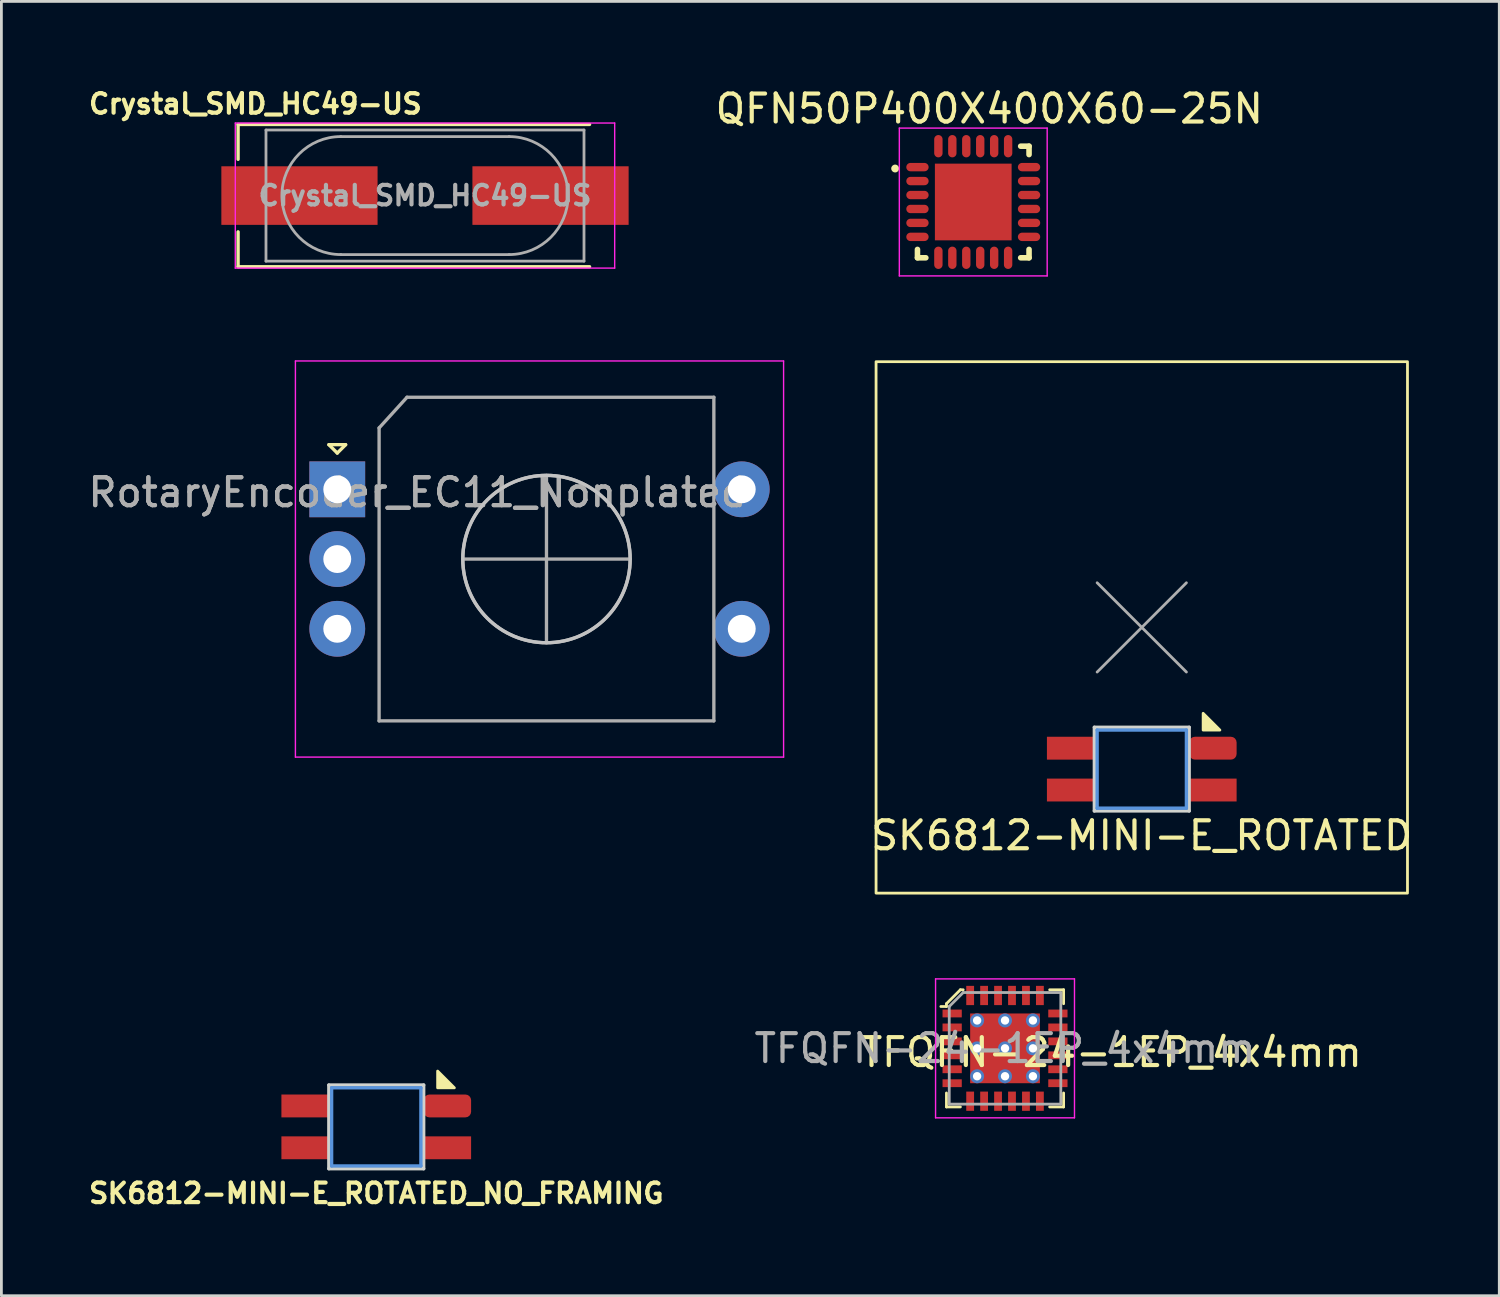
<source format=kicad_pcb>
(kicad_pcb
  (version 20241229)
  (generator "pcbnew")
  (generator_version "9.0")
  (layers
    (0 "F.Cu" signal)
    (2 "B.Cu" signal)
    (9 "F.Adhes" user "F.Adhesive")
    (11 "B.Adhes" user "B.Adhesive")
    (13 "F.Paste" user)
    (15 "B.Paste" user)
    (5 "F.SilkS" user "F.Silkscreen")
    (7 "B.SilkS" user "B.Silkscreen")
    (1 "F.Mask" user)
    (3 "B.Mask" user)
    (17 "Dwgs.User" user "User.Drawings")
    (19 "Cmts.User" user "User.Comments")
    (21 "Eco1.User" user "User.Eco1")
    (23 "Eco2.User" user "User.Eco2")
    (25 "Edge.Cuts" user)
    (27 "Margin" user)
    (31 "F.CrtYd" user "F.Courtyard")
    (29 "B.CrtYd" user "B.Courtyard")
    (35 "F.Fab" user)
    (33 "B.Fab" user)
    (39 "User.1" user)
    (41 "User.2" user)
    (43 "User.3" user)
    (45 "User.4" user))
  (footprint "Crystal_SMD_HC49-US"
    (layer "F.Cu")
    (at 12.185 3.961)
    (property "Reference" "Crystal_SMD_HC49-US" (at -6.08 -3.288 0) (layer "F.SilkS") (effects (font (size 0.7 0.7) (thickness 0.15))))
    (attr smd)
    (fp_line (start -6.7 -2.55) (end -6.7 -1.3) (stroke (width 0.12) (type solid)) (layer "F.SilkS"))
    (fp_line (start -6.7 1.3) (end -6.7 2.55) (stroke (width 0.12) (type solid)) (layer "F.SilkS"))
    (fp_line (start -6.7 2.55) (end 5.9 2.55) (stroke (width 0.12) (type solid)) (layer "F.SilkS"))
    (fp_line (start 5.9 -2.55) (end -6.7 -2.55) (stroke (width 0.12) (type solid)) (layer "F.SilkS"))
    (fp_line (start -6.8 -2.6) (end -6.8 2.6) (stroke (width 0.05) (type solid)) (layer "F.CrtYd"))
    (fp_line (start -6.8 2.6) (end 6.8 2.6) (stroke (width 0.05) (type solid)) (layer "F.CrtYd"))
    (fp_line (start 6.8 -2.6) (end -6.8 -2.6) (stroke (width 0.05) (type solid)) (layer "F.CrtYd"))
    (fp_line (start 6.8 2.6) (end 6.8 -2.6) (stroke (width 0.05) (type solid)) (layer "F.CrtYd"))
    (fp_line (start -5.7 -2.35) (end -5.7 2.35) (stroke (width 0.1) (type solid)) (layer "F.Fab"))
    (fp_line (start -5.7 2.35) (end 5.7 2.35) (stroke (width 0.1) (type solid)) (layer "F.Fab"))
    (fp_line (start -3.015 -2.115) (end 3.015 -2.115) (stroke (width 0.1) (type solid)) (layer "F.Fab"))
    (fp_line (start -3.015 2.115) (end 3.015 2.115) (stroke (width 0.1) (type solid)) (layer "F.Fab"))
    (fp_line (start 5.7 -2.35) (end -5.7 -2.35) (stroke (width 0.1) (type solid)) (layer "F.Fab"))
    (fp_line (start 5.7 2.35) (end 5.7 -2.35) (stroke (width 0.1) (type solid)) (layer "F.Fab"))
    (fp_arc (start -3.015 2.115) (mid -5.13 0) (end -3.015 -2.115) (stroke (width 0.1) (type solid)) (layer "F.Fab"))
    (fp_arc (start 3.015 -2.115) (mid 5.13 0) (end 3.015 2.115) (stroke (width 0.1) (type solid)) (layer "F.Fab"))
    (fp_text user "${REFERENCE}" (at 0 0 0) (layer "F.Fab") (effects (font (size 0.7 0.7) (thickness 0.15))))
    (pad "1" smd rect (at -4.5 0) (size 5.6 2.1) (layers "F.Cu" "F.Mask" "F.Paste"))
    (pad "2" smd rect (at 4.5 0) (size 5.6 2.1) (layers "F.Cu" "F.Mask" "F.Paste")))
  (footprint "TFQFN-24-1EP_4x4mm"
    (layer "F.Cu")
    (at 32.978 34.531)
    (property "Reference" "TFQFN-24-1EP_4x4mm" (at 3.81 0.143 180) (layer "F.SilkS") (effects (font (size 1 1) (thickness 0.15))))
    (attr smd)
    (fp_line (start -2.1 -1.6) (end -2.1 -1.5) (stroke (width 0.1) (type solid)) (layer "F.SilkS"))
    (fp_line (start -2.1 -1.5) (end -2.3 -1.5) (stroke (width 0.1) (type solid)) (layer "F.SilkS"))
    (fp_line (start -2.1 2.1) (end -2.1 1.6) (stroke (width 0.1) (type solid)) (layer "F.SilkS"))
    (fp_line (start -2.1 2.1) (end -1.6 2.1) (stroke (width 0.1) (type solid)) (layer "F.SilkS"))
    (fp_line (start -1.6 -2.1) (end -2.1 -1.6) (stroke (width 0.1) (type solid)) (layer "F.SilkS"))
    (fp_line (start -1.5 -2.1) (end -1.6 -2.1) (stroke (width 0.1) (type solid)) (layer "F.SilkS"))
    (fp_line (start 2.1 -2.1) (end 1.6 -2.1) (stroke (width 0.1) (type solid)) (layer "F.SilkS"))
    (fp_line (start 2.1 -2.1) (end 2.1 -1.6) (stroke (width 0.1) (type solid)) (layer "F.SilkS"))
    (fp_line (start 2.1 2.1) (end 1.6 2.1) (stroke (width 0.1) (type solid)) (layer "F.SilkS"))
    (fp_line (start 2.1 2.1) (end 2.1 1.6) (stroke (width 0.1) (type solid)) (layer "F.SilkS"))
    (fp_line (start -2.49 -2.49) (end -2.49 2.49) (stroke (width 0.05) (type solid)) (layer "F.CrtYd"))
    (fp_line (start -2.49 -2.49) (end 2.49 -2.49) (stroke (width 0.05) (type solid)) (layer "F.CrtYd"))
    (fp_line (start -2.49 2.49) (end 2.49 2.49) (stroke (width 0.05) (type solid)) (layer "F.CrtYd"))
    (fp_line (start 2.49 -2.49) (end 2.49 2.49) (stroke (width 0.05) (type solid)) (layer "F.CrtYd"))
    (fp_line (start -2 -1.5) (end -2 2) (stroke (width 0.1) (type solid)) (layer "F.Fab"))
    (fp_line (start -2 -1.5) (end -1.5 -2) (stroke (width 0.1) (type solid)) (layer "F.Fab"))
    (fp_line (start -2 2) (end 2 2) (stroke (width 0.1) (type solid)) (layer "F.Fab"))
    (fp_line (start -1.5 -2) (end 2 -2) (stroke (width 0.1) (type solid)) (layer "F.Fab"))
    (fp_line (start 2 -2) (end 2 2) (stroke (width 0.1) (type solid)) (layer "F.Fab"))
    (fp_text user "${REFERENCE}" (at 0 0 180) (layer "F.Fab") (effects (font (size 1 1) (thickness 0.15))))
    (pad "1" smd rect (at -1.895 -1.25) (size 0.69 0.28) (layers "F.Cu" "F.Mask" "F.Paste"))
    (pad "2" smd rect (at -1.895 -0.75) (size 0.69 0.28) (layers "F.Cu" "F.Mask" "F.Paste"))
    (pad "3" smd rect (at -1.895 -0.25) (size 0.69 0.28) (layers "F.Cu" "F.Mask" "F.Paste"))
    (pad "4" smd rect (at -1.895 0.25) (size 0.69 0.28) (layers "F.Cu" "F.Mask" "F.Paste"))
    (pad "5" smd rect (at -1.895 0.75) (size 0.69 0.28) (layers "F.Cu" "F.Mask" "F.Paste"))
    (pad "6" smd rect (at -1.895 1.25) (size 0.69 0.28) (layers "F.Cu" "F.Mask" "F.Paste"))
    (pad "7" smd rect (at -1.25 1.895) (size 0.28 0.69) (layers "F.Cu" "F.Mask" "F.Paste"))
    (pad "8" smd rect (at -0.75 1.895) (size 0.28 0.69) (layers "F.Cu" "F.Mask" "F.Paste"))
    (pad "9" smd rect (at -0.25 1.895) (size 0.28 0.69) (layers "F.Cu" "F.Mask" "F.Paste"))
    (pad "10" smd rect (at 0.25 1.895) (size 0.28 0.69) (layers "F.Cu" "F.Mask" "F.Paste"))
    (pad "11" smd rect (at 0.75 1.895) (size 0.28 0.69) (layers "F.Cu" "F.Mask" "F.Paste"))
    (pad "12" smd rect (at 1.25 1.895) (size 0.28 0.69) (layers "F.Cu" "F.Mask" "F.Paste"))
    (pad "13" smd rect (at 1.895 1.25) (size 0.69 0.28) (layers "F.Cu" "F.Mask" "F.Paste"))
    (pad "14" smd rect (at 1.895 0.75) (size 0.69 0.28) (layers "F.Cu" "F.Mask" "F.Paste"))
    (pad "15" smd rect (at 1.895 0.25) (size 0.69 0.28) (layers "F.Cu" "F.Mask" "F.Paste"))
    (pad "16" smd rect (at 1.895 -0.25) (size 0.69 0.28) (layers "F.Cu" "F.Mask" "F.Paste"))
    (pad "17" smd rect (at 1.895 -0.75) (size 0.69 0.28) (layers "F.Cu" "F.Mask" "F.Paste"))
    (pad "18" smd rect (at 1.895 -1.25) (size 0.69 0.28) (layers "F.Cu" "F.Mask" "F.Paste"))
    (pad "19" smd rect (at 1.25 -1.895) (size 0.28 0.69) (layers "F.Cu" "F.Mask" "F.Paste"))
    (pad "20" smd rect (at 0.75 -1.895) (size 0.28 0.69) (layers "F.Cu" "F.Mask" "F.Paste"))
    (pad "21" smd rect (at 0.25 -1.895) (size 0.28 0.69) (layers "F.Cu" "F.Mask" "F.Paste"))
    (pad "22" smd rect (at -0.25 -1.895) (size 0.28 0.69) (layers "F.Cu" "F.Mask" "F.Paste"))
    (pad "23" smd rect (at -0.75 -1.895) (size 0.28 0.69) (layers "F.Cu" "F.Mask" "F.Paste"))
    (pad "24" smd rect (at -1.25 -1.895) (size 0.28 0.69) (layers "F.Cu" "F.Mask" "F.Paste"))
    (pad "25" thru_hole circle (at -1 -1) (size 0.5 0.5) (drill 0.3) (layers "*.Cu" "*.Mask"))
    (pad "25" thru_hole circle (at -1 0) (size 0.5 0.5) (drill 0.3) (layers "*.Cu" "*.Mask"))
    (pad "25" thru_hole circle (at -1 1) (size 0.5 0.5) (drill 0.3) (layers "*.Cu" "*.Mask"))
    (pad "25" thru_hole circle (at 0 -1) (size 0.5 0.5) (drill 0.3) (layers "*.Cu" "*.Mask"))
    (pad "25" thru_hole circle (at 0 0) (size 0.5 0.5) (drill 0.3) (layers "*.Cu" "*.Mask"))
    (pad "25" smd rect (at 0 0) (size 2.5 2.5) (layers "F.Cu" "F.Mask" "F.Paste"))
    (pad "25" thru_hole circle (at 0 1) (size 0.5 0.5) (drill 0.3) (layers "*.Cu" "*.Mask"))
    (pad "25" thru_hole circle (at 1 -1) (size 0.5 0.5) (drill 0.3) (layers "*.Cu" "*.Mask"))
    (pad "25" thru_hole circle (at 1 0) (size 0.5 0.5) (drill 0.3) (layers "*.Cu" "*.Mask"))
    (pad "25" thru_hole circle (at 1 1) (size 0.5 0.5) (drill 0.3) (layers "*.Cu" "*.Mask")))
  (footprint "SK6812-MINI-E_ROTATED"
    (layer "F.Cu")
    (at 37.88 19.441)
    (property "Reference" "SK6812-MINI-E_ROTATED" (at 0 7.461 0) (unlocked yes) (layer "F.SilkS") (effects (font (size 1 1) (thickness 0.15))))
    (attr through_hole)
    (fp_rect (start -9.525 -9.525) (end 9.525 9.525) (stroke (width 0.1) (type default)) (fill no) (layer "F.SilkS"))
    (fp_poly (pts (xy 2.8 3.68) (xy 2.2 3.68) (xy 2.2 3.08)) (stroke (width 0.1) (type solid)) (fill yes) (layer "F.SilkS"))
    (fp_line (start -1.6 3.68) (end 1.6 3.68) (stroke (width 0.12) (type solid)) (layer "Cmts.User"))
    (fp_line (start -1.6 6.48) (end -1.6 3.68) (stroke (width 0.12) (type solid)) (layer "Cmts.User"))
    (fp_line (start 1.6 3.68) (end 1.6 6.48) (stroke (width 0.12) (type solid)) (layer "Cmts.User"))
    (fp_line (start 1.6 6.48) (end -1.6 6.48) (stroke (width 0.12) (type solid)) (layer "Cmts.User"))
    (fp_line (start -1.7 3.58) (end 1.7 3.58) (stroke (width 0.12) (type solid)) (layer "Edge.Cuts"))
    (fp_line (start -1.7 6.58) (end -1.7 3.58) (stroke (width 0.12) (type solid)) (layer "Edge.Cuts"))
    (fp_line (start 1.7 3.58) (end 1.7 6.58) (stroke (width 0.12) (type solid)) (layer "Edge.Cuts"))
    (fp_line (start 1.7 6.58) (end -1.7 6.58) (stroke (width 0.12) (type solid)) (layer "Edge.Cuts"))
    (dimension (type center) (layer "F.Fab") (pts (xy 37.88 19.441) (xy 39.48 17.841)) (style (thickness 0.1) (arrow_length 1.27) (text_position_mode 0) (extension_offset 0.5) (keep_text_aligned yes)))
    (pad "1" smd rect (at -2.55 5.83) (size 1.7 0.82) (layers "F.Cu" "F.Mask" "F.Paste"))
    (pad "2" smd rect (at -2.55 4.33) (size 1.7 0.82) (layers "F.Cu" "F.Mask" "F.Paste"))
    (pad "3" smd roundrect (at 2.55 4.33) (size 1.7 0.82) (layers "F.Cu" "F.Mask" "F.Paste") (roundrect_rratio 0.25))
    (pad "4" smd rect (at 2.55 5.83) (size 1.7 0.82) (layers "F.Cu" "F.Mask" "F.Paste")))
  (footprint "RotaryEncoder_EC11_Nonplated"
    (layer "F.Cu")
    (at 16.54 16.991)
    (property "Reference" "RotaryEncoder_EC11_Nonplated" (at -4.629 -2.388 0) (layer "F.Fab") (effects (font (size 1 1) (thickness 0.15))))
    (attr through_hole)
    (fp_line (start -7.8 -4.1) (end -7.2 -4.1) (stroke (width 0.12) (type solid)) (layer "F.SilkS"))
    (fp_line (start -7.5 -3.8) (end -7.8 -4.1) (stroke (width 0.12) (type solid)) (layer "F.SilkS"))
    (fp_line (start -7.2 -4.1) (end -7.5 -3.8) (stroke (width 0.12) (type solid)) (layer "F.SilkS"))
    (fp_circle (center 0 0) (end 3 0) (stroke (width 0.12) (type solid)) (fill no) (layer "Dwgs.User"))
    (fp_line (start -9 -7.1) (end -9 7.1) (stroke (width 0.05) (type solid)) (layer "F.CrtYd"))
    (fp_line (start -9 -7.1) (end 8.5 -7.1) (stroke (width 0.05) (type solid)) (layer "F.CrtYd"))
    (fp_line (start 8.5 7.1) (end -9 7.1) (stroke (width 0.05) (type solid)) (layer "F.CrtYd"))
    (fp_line (start 8.5 7.1) (end 8.5 -7.1) (stroke (width 0.05) (type solid)) (layer "F.CrtYd"))
    (fp_line (start -6 -4.7) (end -5 -5.8) (stroke (width 0.12) (type solid)) (layer "F.Fab"))
    (fp_line (start -6 5.8) (end -6 -4.7) (stroke (width 0.12) (type solid)) (layer "F.Fab"))
    (fp_line (start -5 -5.8) (end 6 -5.8) (stroke (width 0.12) (type solid)) (layer "F.Fab"))
    (fp_line (start -3 0) (end 3 0) (stroke (width 0.12) (type solid)) (layer "F.Fab"))
    (fp_line (start 0 -3) (end 0 3) (stroke (width 0.12) (type solid)) (layer "F.Fab"))
    (fp_line (start 6 -5.8) (end 6 5.8) (stroke (width 0.12) (type solid)) (layer "F.Fab"))
    (fp_line (start 6 5.8) (end -6 5.8) (stroke (width 0.12) (type solid)) (layer "F.Fab"))
    (fp_circle (center 0 0) (end 3 0) (stroke (width 0.12) (type solid)) (fill no) (layer "F.Fab"))
    (fp_text user "${REFERENCE}" (at -4.629 -2.388 0) (layer "F.Fab") (effects (font (size 1 1) (thickness 0.15))))
    (pad "A" thru_hole rect (at -7.5 -2.5) (size 2 2) (drill 1) (layers "*.Cu" "*.Mask"))
    (pad "B" thru_hole circle (at -7.5 2.5) (size 2 2) (drill 1) (layers "*.Cu" "*.Mask"))
    (pad "C" thru_hole circle (at -7.5 0) (size 2 2) (drill 1) (layers "*.Cu" "*.Mask"))
    (pad "S1" thru_hole circle (at 7 2.5) (size 2 2) (drill 1) (layers "*.Cu" "*.Mask"))
    (pad "S2" thru_hole circle (at 7 -2.5) (size 2 2) (drill 1) (layers "*.Cu" "*.Mask")))
  (footprint "SK6812-MINI-E_ROTATED_NO_FRAMING"
    (layer "F.Cu")
    (at 10.438 32.266)
    (property "Reference" "SK6812-MINI-E_ROTATED_NO_FRAMING" (at 0 7.461 0) (unlocked yes) (layer "F.SilkS") (effects (font (size 0.7 0.7) (thickness 0.15))))
    (attr through_hole)
    (fp_poly (pts (xy 2.8 3.68) (xy 2.2 3.68) (xy 2.2 3.08)) (stroke (width 0.1) (type solid)) (fill yes) (layer "F.SilkS"))
    (fp_line (start -1.6 3.68) (end 1.6 3.68) (stroke (width 0.12) (type solid)) (layer "Cmts.User"))
    (fp_line (start -1.6 6.48) (end -1.6 3.68) (stroke (width 0.12) (type solid)) (layer "Cmts.User"))
    (fp_line (start 1.6 3.68) (end 1.6 6.48) (stroke (width 0.12) (type solid)) (layer "Cmts.User"))
    (fp_line (start 1.6 6.48) (end -1.6 6.48) (stroke (width 0.12) (type solid)) (layer "Cmts.User"))
    (fp_line (start -1.7 3.58) (end 1.7 3.58) (stroke (width 0.12) (type solid)) (layer "Edge.Cuts"))
    (fp_line (start -1.7 6.58) (end -1.7 3.58) (stroke (width 0.12) (type solid)) (layer "Edge.Cuts"))
    (fp_line (start 1.7 3.58) (end 1.7 6.58) (stroke (width 0.12) (type solid)) (layer "Edge.Cuts"))
    (fp_line (start 1.7 6.58) (end -1.7 6.58) (stroke (width 0.12) (type solid)) (layer "Edge.Cuts"))
    (pad "1" smd rect (at -2.55 5.83) (size 1.7 0.82) (layers "F.Cu" "F.Mask" "F.Paste"))
    (pad "2" smd rect (at -2.55 4.33) (size 1.7 0.82) (layers "F.Cu" "F.Mask" "F.Paste"))
    (pad "3" smd roundrect (at 2.55 4.33) (size 1.7 0.82) (layers "F.Cu" "F.Mask" "F.Paste") (roundrect_rratio 0.25))
    (pad "4" smd rect (at 2.55 5.83) (size 1.7 0.82) (layers "F.Cu" "F.Mask" "F.Paste")))
  (footprint "QFN50P400X400X60-25N"
    (layer "F.Cu")
    (at 31.839 4.191)
    (property "Reference" "QFN50P400X400X60-25N" (at 0.576 -3.342 0) (layer "F.SilkS") (effects (font (size 1.002 1.002) (thickness 0.15))))
    (attr smd)
    (fp_line (start -2 2) (end -2 1.7) (stroke (width 0.2) (type solid)) (layer "F.SilkS"))
    (fp_line (start -1.7 2) (end -2 2) (stroke (width 0.2) (type solid)) (layer "F.SilkS"))
    (fp_line (start 1.7 -2) (end 2 -2) (stroke (width 0.2) (type solid)) (layer "F.SilkS"))
    (fp_line (start 2 -2) (end 2 -1.7) (stroke (width 0.2) (type solid)) (layer "F.SilkS"))
    (fp_line (start 2 1.7) (end 2 2) (stroke (width 0.2) (type solid)) (layer "F.SilkS"))
    (fp_line (start 2 2) (end 1.7 2) (stroke (width 0.2) (type solid)) (layer "F.SilkS"))
    (fp_circle (center -2.8 -1.2) (end -2.659 -1.2) (stroke (width 0) (type solid)) (fill yes) (layer "F.SilkS"))
    (fp_poly (pts (xy -0.871 -0.87) (xy 0.87 -0.87) (xy 0.87 0.871) (xy -0.871 0.871)) (stroke (width 0.01) (type solid)) (fill yes) (layer "F.Paste"))
    (fp_line (start -2.65 -2.65) (end 2.65 -2.65) (stroke (width 0.05) (type solid)) (layer "F.CrtYd"))
    (fp_line (start -2.65 2.65) (end -2.65 -2.65) (stroke (width 0.05) (type solid)) (layer "F.CrtYd"))
    (fp_line (start 2.65 -2.65) (end 2.65 2.65) (stroke (width 0.05) (type solid)) (layer "F.CrtYd"))
    (fp_line (start 2.65 2.65) (end -2.65 2.65) (stroke (width 0.05) (type solid)) (layer "F.CrtYd"))
    (pad "1" smd oval (at -2 -1.25) (size 0.8 0.3) (layers "F.Cu" "F.Mask" "F.Paste"))
    (pad "2" smd oval (at -2 -0.75) (size 0.8 0.3) (layers "F.Cu" "F.Mask" "F.Paste"))
    (pad "3" smd oval (at -2 -0.25) (size 0.8 0.3) (layers "F.Cu" "F.Mask" "F.Paste"))
    (pad "4" smd oval (at -2 0.25) (size 0.8 0.3) (layers "F.Cu" "F.Mask" "F.Paste"))
    (pad "5" smd oval (at -2 0.75) (size 0.8 0.3) (layers "F.Cu" "F.Mask" "F.Paste"))
    (pad "6" smd oval (at -2 1.25) (size 0.8 0.3) (layers "F.Cu" "F.Mask" "F.Paste"))
    (pad "7" smd oval (at -1.25 2 90) (size 0.8 0.3) (layers "F.Cu" "F.Mask" "F.Paste"))
    (pad "8" smd oval (at -0.75 2 90) (size 0.8 0.3) (layers "F.Cu" "F.Mask" "F.Paste"))
    (pad "9" smd oval (at -0.25 2 90) (size 0.8 0.3) (layers "F.Cu" "F.Mask" "F.Paste"))
    (pad "10" smd oval (at 0.25 2 90) (size 0.8 0.3) (layers "F.Cu" "F.Mask" "F.Paste"))
    (pad "11" smd oval (at 0.75 2 90) (size 0.8 0.3) (layers "F.Cu" "F.Mask" "F.Paste"))
    (pad "12" smd oval (at 1.25 2 90) (size 0.8 0.3) (layers "F.Cu" "F.Mask" "F.Paste"))
    (pad "13" smd oval (at 2 1.25 180) (size 0.8 0.3) (layers "F.Cu" "F.Mask" "F.Paste"))
    (pad "14" smd oval (at 2 0.75 180) (size 0.8 0.3) (layers "F.Cu" "F.Mask" "F.Paste"))
    (pad "15" smd oval (at 2 0.25 180) (size 0.8 0.3) (layers "F.Cu" "F.Mask" "F.Paste"))
    (pad "16" smd oval (at 2 -0.25 180) (size 0.8 0.3) (layers "F.Cu" "F.Mask" "F.Paste"))
    (pad "17" smd oval (at 2 -0.75 180) (size 0.8 0.3) (layers "F.Cu" "F.Mask" "F.Paste"))
    (pad "18" smd oval (at 2 -1.25 180) (size 0.8 0.3) (layers "F.Cu" "F.Mask" "F.Paste"))
    (pad "19" smd oval (at 1.25 -2 270) (size 0.8 0.3) (layers "F.Cu" "F.Mask" "F.Paste"))
    (pad "20" smd oval (at 0.75 -2 270) (size 0.8 0.3) (layers "F.Cu" "F.Mask" "F.Paste"))
    (pad "21" smd oval (at 0.25 -2 270) (size 0.8 0.3) (layers "F.Cu" "F.Mask" "F.Paste"))
    (pad "22" smd oval (at -0.25 -2 270) (size 0.8 0.3) (layers "F.Cu" "F.Mask" "F.Paste"))
    (pad "23" smd oval (at -0.75 -2 270) (size 0.8 0.3) (layers "F.Cu" "F.Mask" "F.Paste"))
    (pad "24" smd oval (at -1.25 -2 270) (size 0.8 0.3) (layers "F.Cu" "F.Mask" "F.Paste"))
    (pad "25" smd rect (at 0 0) (size 2.75 2.75) (layers "F.Cu" "F.Mask")))
  (gr_rect
    (start -3 -3)
    (end 50.696 43.4)
    (stroke (width 0.1) (type default))
    (fill no)
    (layer "Edge.Cuts")))
</source>
